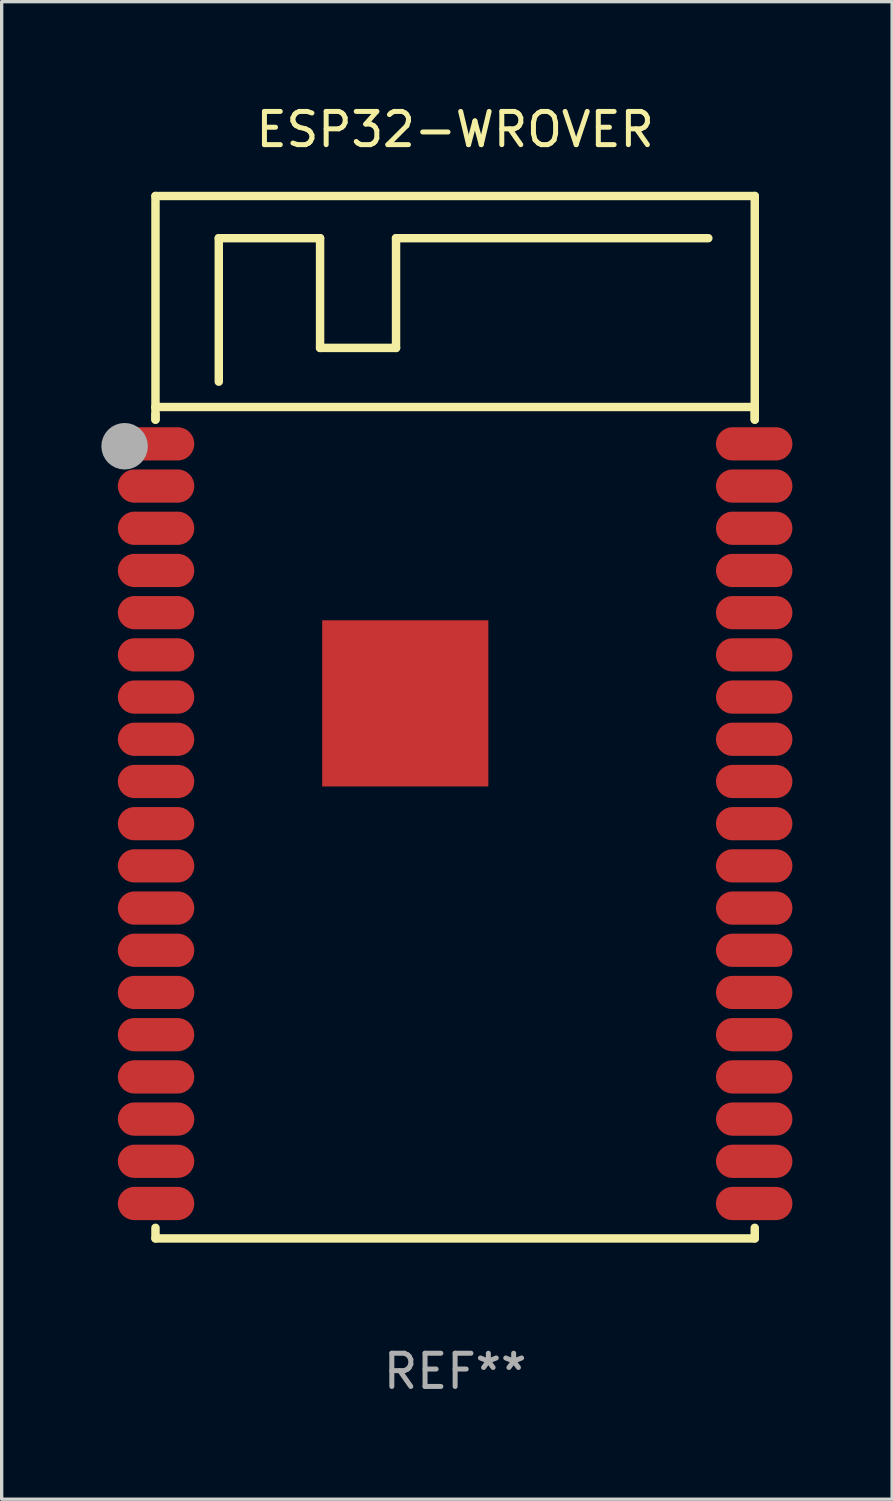
<source format=kicad_pcb>
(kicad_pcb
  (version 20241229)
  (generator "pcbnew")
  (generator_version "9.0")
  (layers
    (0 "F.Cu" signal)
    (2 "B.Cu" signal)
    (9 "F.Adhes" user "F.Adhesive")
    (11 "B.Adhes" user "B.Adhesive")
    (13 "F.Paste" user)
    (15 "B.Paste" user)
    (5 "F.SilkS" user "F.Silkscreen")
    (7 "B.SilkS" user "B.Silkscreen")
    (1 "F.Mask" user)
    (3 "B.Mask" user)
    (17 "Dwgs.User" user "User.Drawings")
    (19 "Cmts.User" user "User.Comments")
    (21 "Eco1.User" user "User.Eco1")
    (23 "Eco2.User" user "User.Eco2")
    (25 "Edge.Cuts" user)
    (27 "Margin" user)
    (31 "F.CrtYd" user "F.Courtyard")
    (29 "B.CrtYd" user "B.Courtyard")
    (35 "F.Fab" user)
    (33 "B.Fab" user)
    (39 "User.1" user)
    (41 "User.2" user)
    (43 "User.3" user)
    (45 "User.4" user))
  (footprint "ESP32-WROVER"
    (layer "F.Cu")
    (at 10.646 18.533)
    (property "Reference" "ESP32-WROVER" (at 0 -17.685 0) (layer "F.SilkS") (effects (font (size 1 1) (thickness 0.15))))
    (attr through_hole)
    (fp_line (start -9.017 -15.685) (end 9.017 -15.685) (stroke (width 0.254) (type solid)) (layer "F.SilkS"))
    (fp_line (start -9.017 -9.335) (end -9.017 -15.685) (stroke (width 0.254) (type solid)) (layer "F.SilkS"))
    (fp_line (start -9.017 -9.311) (end -9.017 -8.954) (stroke (width 0.254) (type solid)) (layer "F.SilkS"))
    (fp_line (start -9.017 -8.957) (end -9.017 -9.113) (stroke (width 0.254) (type solid)) (layer "F.SilkS"))
    (fp_line (start -9.017 15.685) (end -9.017 15.366) (stroke (width 0.254) (type solid)) (layer "F.SilkS"))
    (fp_line (start -7.112 -14.415) (end -4.064 -14.415) (stroke (width 0.254) (type solid)) (layer "F.SilkS"))
    (fp_line (start -7.112 -10.097) (end -7.112 -14.415) (stroke (width 0.254) (type solid)) (layer "F.SilkS"))
    (fp_line (start -4.064 -14.415) (end -4.064 -11.113) (stroke (width 0.254) (type solid)) (layer "F.SilkS"))
    (fp_line (start -4.064 -11.113) (end -1.778 -11.113) (stroke (width 0.254) (type solid)) (layer "F.SilkS"))
    (fp_line (start -1.778 -14.415) (end 7.62 -14.415) (stroke (width 0.254) (type solid)) (layer "F.SilkS"))
    (fp_line (start -1.778 -11.113) (end -1.778 -14.415) (stroke (width 0.254) (type solid)) (layer "F.SilkS"))
    (fp_line (start 9.017 -15.685) (end 9.017 -8.957) (stroke (width 0.254) (type solid)) (layer "F.SilkS"))
    (fp_line (start 9.017 -9.335) (end -9.017 -9.335) (stroke (width 0.254) (type solid)) (layer "F.SilkS"))
    (fp_line (start 9.017 -8.954) (end 9.017 -9.335) (stroke (width 0.254) (type solid)) (layer "F.SilkS"))
    (fp_line (start 9.017 15.366) (end 9.017 15.685) (stroke (width 0.254) (type solid)) (layer "F.SilkS"))
    (fp_line (start 9.017 15.685) (end -9.017 15.685) (stroke (width 0.254) (type solid)) (layer "F.SilkS"))
    (fp_circle (center -9 -15.665) (end -8.97 -15.665) (stroke (width 0.06) (type solid)) (fill no) (layer "F.SilkS"))
    (fp_circle (center -9.946 -8.154) (end -9.596 -8.154) (stroke (width 0.7) (type solid)) (fill no) (layer "F.Fab"))
    (fp_text user "REF**" (at 0 19.685 0) (layer "F.Fab") (effects (font (size 1 1) (thickness 0.15))))
    (pad "1" smd oval (at -9 -8.226) (size 2.3 1) (layers "F.Cu" "F.Mask" "F.Paste"))
    (pad "2" smd oval (at -9 -6.956) (size 2.3 1) (layers "F.Cu" "F.Mask" "F.Paste"))
    (pad "3" smd oval (at -9 -5.686) (size 2.3 1) (layers "F.Cu" "F.Mask" "F.Paste"))
    (pad "4" smd oval (at -9 -4.416) (size 2.3 1) (layers "F.Cu" "F.Mask" "F.Paste"))
    (pad "5" smd oval (at -9 -3.146) (size 2.3 1) (layers "F.Cu" "F.Mask" "F.Paste"))
    (pad "6" smd oval (at -9 -1.876) (size 2.3 1) (layers "F.Cu" "F.Mask" "F.Paste"))
    (pad "7" smd oval (at -9 -0.606) (size 2.3 1) (layers "F.Cu" "F.Mask" "F.Paste"))
    (pad "8" smd oval (at -9 0.664) (size 2.3 1) (layers "F.Cu" "F.Mask" "F.Paste"))
    (pad "9" smd oval (at -9 1.934) (size 2.3 1) (layers "F.Cu" "F.Mask" "F.Paste"))
    (pad "10" smd oval (at -9 3.204) (size 2.3 1) (layers "F.Cu" "F.Mask" "F.Paste"))
    (pad "11" smd oval (at -9 4.474) (size 2.3 1) (layers "F.Cu" "F.Mask" "F.Paste"))
    (pad "12" smd oval (at -9 5.744) (size 2.3 1) (layers "F.Cu" "F.Mask" "F.Paste"))
    (pad "13" smd oval (at -9 7.014) (size 2.3 1) (layers "F.Cu" "F.Mask" "F.Paste"))
    (pad "14" smd oval (at -9 8.284) (size 2.3 1) (layers "F.Cu" "F.Mask" "F.Paste"))
    (pad "15" smd oval (at -9 9.554) (size 2.3 1) (layers "F.Cu" "F.Mask" "F.Paste"))
    (pad "16" smd oval (at -9 10.824) (size 2.3 1) (layers "F.Cu" "F.Mask" "F.Paste"))
    (pad "17" smd oval (at -9 12.094) (size 2.3 1) (layers "F.Cu" "F.Mask" "F.Paste"))
    (pad "18" smd oval (at -9 13.364) (size 2.3 1) (layers "F.Cu" "F.Mask" "F.Paste"))
    (pad "19" smd oval (at -9 14.634) (size 2.3 1) (layers "F.Cu" "F.Mask" "F.Paste"))
    (pad "20" smd oval (at 9 14.634) (size 2.3 1) (layers "F.Cu" "F.Mask" "F.Paste"))
    (pad "21" smd oval (at 9 13.364) (size 2.3 1) (layers "F.Cu" "F.Mask" "F.Paste"))
    (pad "22" smd oval (at 9 12.094) (size 2.3 1) (layers "F.Cu" "F.Mask" "F.Paste"))
    (pad "23" smd oval (at 9 10.824) (size 2.3 1) (layers "F.Cu" "F.Mask" "F.Paste"))
    (pad "24" smd oval (at 9 9.554) (size 2.3 1) (layers "F.Cu" "F.Mask" "F.Paste"))
    (pad "25" smd oval (at 9 8.284) (size 2.3 1) (layers "F.Cu" "F.Mask" "F.Paste"))
    (pad "26" smd oval (at 9 7.014) (size 2.3 1) (layers "F.Cu" "F.Mask" "F.Paste"))
    (pad "27" smd oval (at 9 5.744) (size 2.3 1) (layers "F.Cu" "F.Mask" "F.Paste"))
    (pad "28" smd oval (at 9 4.474) (size 2.3 1) (layers "F.Cu" "F.Mask" "F.Paste"))
    (pad "29" smd oval (at 9 3.204) (size 2.3 1) (layers "F.Cu" "F.Mask" "F.Paste"))
    (pad "30" smd oval (at 9 1.934) (size 2.3 1) (layers "F.Cu" "F.Mask" "F.Paste"))
    (pad "31" smd oval (at 9 0.664) (size 2.3 1) (layers "F.Cu" "F.Mask" "F.Paste"))
    (pad "32" smd oval (at 9 -0.606) (size 2.3 1) (layers "F.Cu" "F.Mask" "F.Paste"))
    (pad "33" smd oval (at 9 -1.876) (size 2.3 1) (layers "F.Cu" "F.Mask" "F.Paste"))
    (pad "34" smd oval (at 9 -3.146) (size 2.3 1) (layers "F.Cu" "F.Mask" "F.Paste"))
    (pad "35" smd oval (at 9 -4.416) (size 2.3 1) (layers "F.Cu" "F.Mask" "F.Paste"))
    (pad "36" smd oval (at 9 -5.686) (size 2.3 1) (layers "F.Cu" "F.Mask" "F.Paste"))
    (pad "37" smd oval (at 9 -6.956) (size 2.3 1) (layers "F.Cu" "F.Mask" "F.Paste"))
    (pad "38" smd oval (at 9 -8.226) (size 2.3 1) (layers "F.Cu" "F.Mask" "F.Paste"))
    (pad "39" smd rect (at -1.5 -0.416) (size 5 5) (layers "F.Cu" "F.Mask" "F.Paste")))
  (gr_rect
    (start -3 -3)
    (end 23.796 42.066)
    (stroke (width 0.1) (type default))
    (fill no)
    (layer "Edge.Cuts")))
</source>
